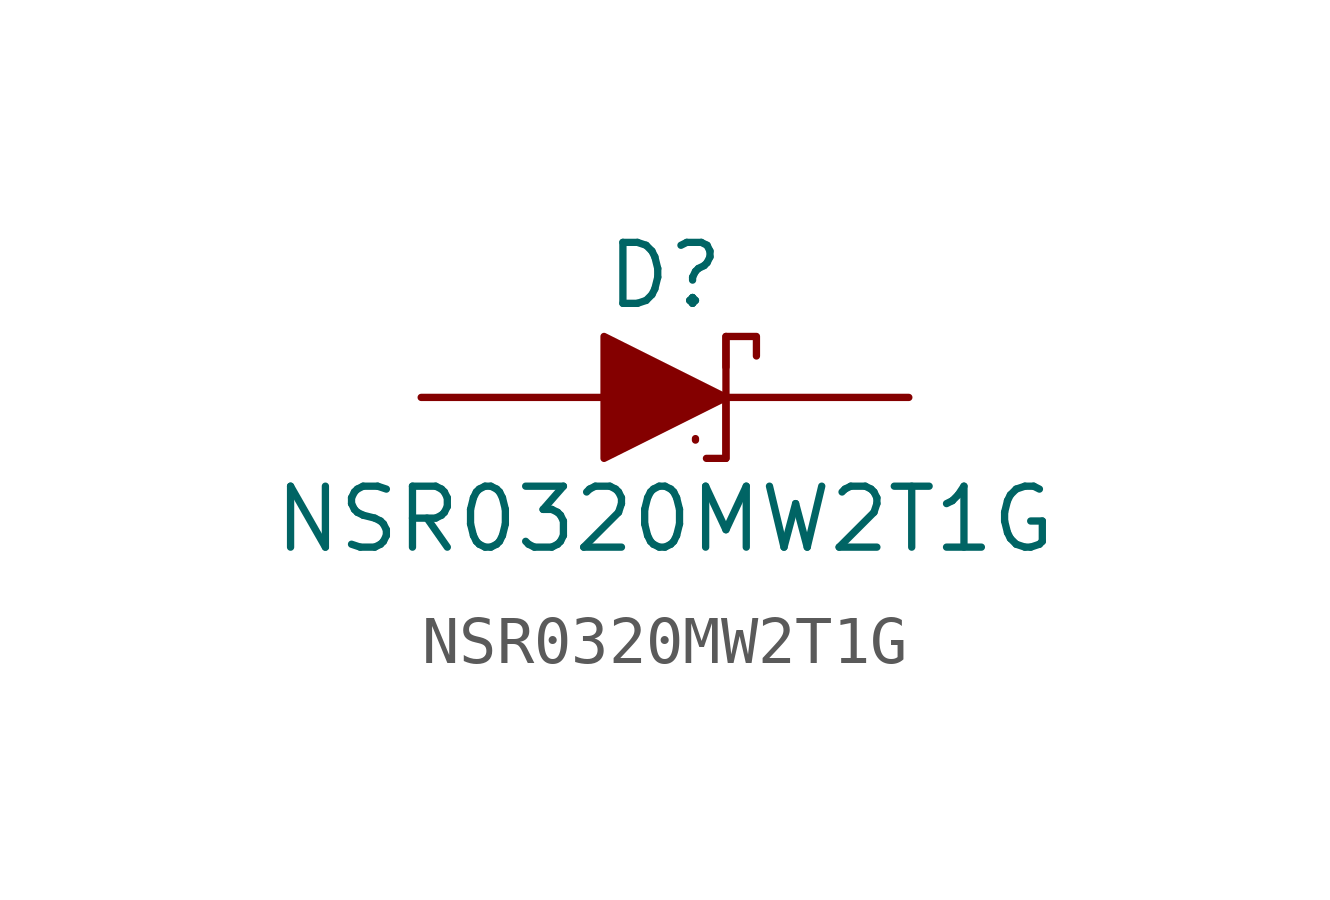
<source format=kicad_sym>
(kicad_symbol_lib
  (version 20241209)
  (generator "kicad_symbol_editor")
  (generator_version "9.0")
  (symbol "NSR0320MW2T1G"
    (pin_numbers
      (hide yes))
    (pin_names
      (hide yes))
    (property "Reference" "D"
      (at 0 2.54 0)
      (effects (font (size 1.27 1.27))))
    (property "Value" "NSR0320MW2T1G"
      (at 0 -2.54 0)
      (effects (font (size 1.27 1.27))))
    (symbol "NSR0320MW2T1G_0_1"
      (polyline (pts (xy 1.27 1.27) (xy 1.27 -1.27)) (stroke (width 0) (type default)) (fill (type none)))
      (polyline (pts (xy 1.27 0) (xy -1.27 1.27) (xy -1.27 -1.27) (xy 1.27 0)) (stroke (width 0) (type default)) (fill (type outline))))
    (symbol "NSR0320MW2T1G_1_1"
      (polyline (pts (xy 1.27 0.635) (xy 1.27 1.27) (xy 1.905 1.27) (xy 1.905 0.635)) (stroke (width 0) (type dash_dot_dot)) (fill (type none)))
      (polyline (pts (xy 1.27 0) (xy 1.27 -1.27) (xy 0.635 -1.27) (xy 0.635 -0.635)) (stroke (width 0) (type dash_dot_dot)) (fill (type none)))
      (pin passive line (at -5.08 0 0) (length 3.81) (name "1" (effects (font (size 1.27 1.27)))) (number "1" (effects (font (size 1.27 1.27)))))
      (pin passive line (at 5.08 0 180) (length 3.81) (name "2" (effects (font (size 1.27 1.27)))) (number "2" (effects (font (size 1.27 1.27))))))))
</source>
